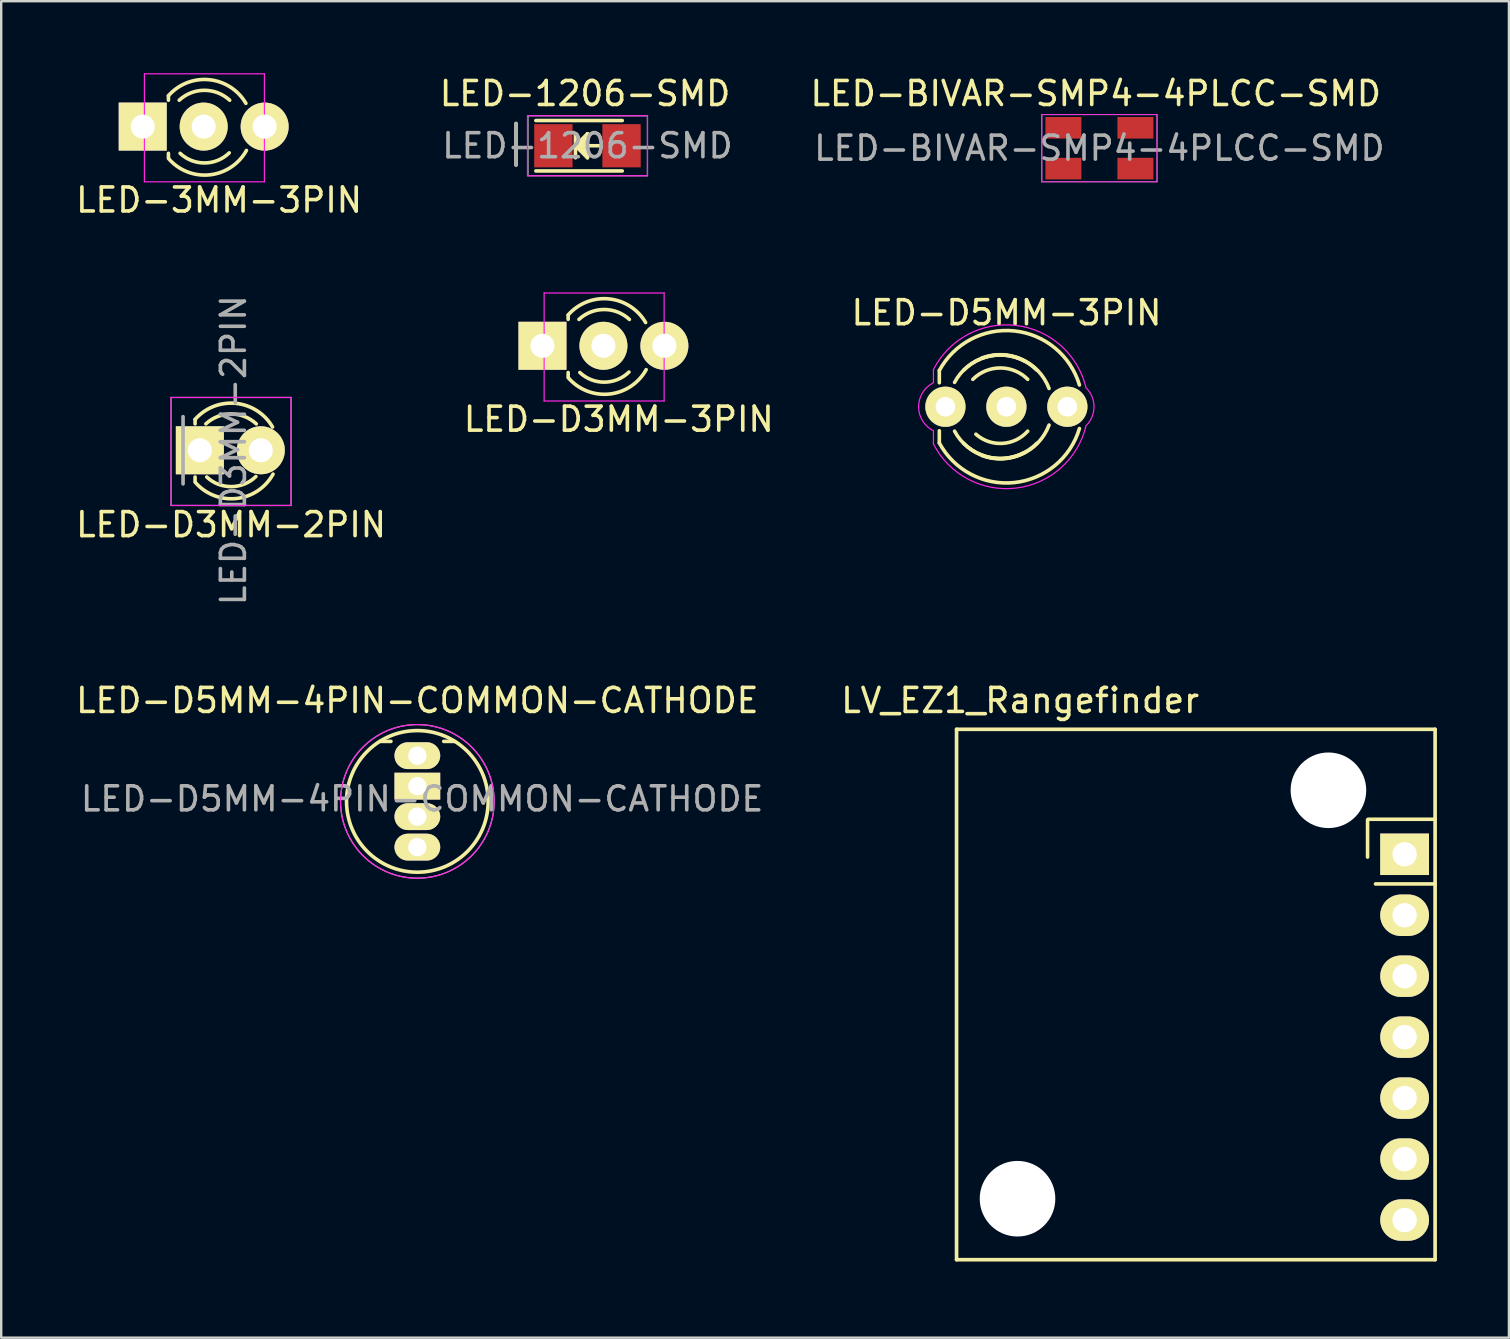
<source format=kicad_pcb>
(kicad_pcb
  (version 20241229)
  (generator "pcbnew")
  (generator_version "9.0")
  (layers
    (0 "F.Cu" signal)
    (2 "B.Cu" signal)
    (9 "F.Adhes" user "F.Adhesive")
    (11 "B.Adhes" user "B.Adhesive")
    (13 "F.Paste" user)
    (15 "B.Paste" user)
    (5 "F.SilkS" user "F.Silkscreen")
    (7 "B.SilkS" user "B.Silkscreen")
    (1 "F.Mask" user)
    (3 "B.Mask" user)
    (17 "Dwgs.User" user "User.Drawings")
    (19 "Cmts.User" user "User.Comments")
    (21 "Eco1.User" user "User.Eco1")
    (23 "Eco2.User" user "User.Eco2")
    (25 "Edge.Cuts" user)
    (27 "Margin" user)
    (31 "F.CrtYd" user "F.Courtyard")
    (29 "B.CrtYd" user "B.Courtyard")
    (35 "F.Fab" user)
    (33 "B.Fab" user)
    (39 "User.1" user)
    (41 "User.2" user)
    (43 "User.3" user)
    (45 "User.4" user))
  (footprint "LED-D3MM-3PIN"
    (layer "F.Cu")
    (at 20.822 11.358)
    (property "Reference" "LED-D3MM-3PIN" (at 1.91 3.06 0) (layer "F.SilkS") (effects (font (size 1 1) (thickness 0.15))))
    (attr through_hole)
    (fp_line (start -0.199 -1.28) (end -0.199 -1.1) (stroke (width 0.15) (type solid)) (layer "F.SilkS"))
    (fp_line (start -0.199 1.314) (end -0.199 1.114) (stroke (width 0.15) (type solid)) (layer "F.SilkS"))
    (fp_arc (start -0.199 -1.286) (mid 1.495903 -1.954571) (end 3.028744 -0.969643) (stroke (width 0.15) (type solid)) (layer "F.SilkS"))
    (fp_arc (start 0.25 -1.1) (mid 1.301686 -1.512142) (end 2.353005 -1.099067) (stroke (width 0.15) (type solid)) (layer "F.SilkS"))
    (fp_arc (start 2.335 1.094) (mid 1.31492 1.51473) (end 0.287111 1.113252) (stroke (width 0.15) (type solid)) (layer "F.SilkS"))
    (fp_arc (start 3.051 0.994) (mid 1.522637 2.009958) (end -0.18622 1.340726) (stroke (width 0.15) (type solid)) (layer "F.SilkS"))
    (fp_line (start -1.2 -2.2) (end -1.2 2.3) (stroke (width 0.05) (type solid)) (layer "F.CrtYd"))
    (fp_line (start -1.2 2.3) (end 3.8 2.3) (stroke (width 0.05) (type solid)) (layer "F.CrtYd"))
    (fp_line (start 3.8 -2.2) (end -1.2 -2.2) (stroke (width 0.05) (type solid)) (layer "F.CrtYd"))
    (fp_line (start 3.8 2.3) (end 3.8 -2.2) (stroke (width 0.05) (type solid)) (layer "F.CrtYd"))
    (pad "1" thru_hole rect (at -1.27 0 90) (size 2 2) (drill 1.001) (layers "*.Cu" "*.Mask" "F.SilkS"))
    (pad "2" thru_hole circle (at 1.27 0) (size 2 2) (drill 1.001) (layers "*.Cu" "*.Mask" "F.SilkS"))
    (pad "3" thru_hole circle (at 3.81 0) (size 2 2) (drill 1.001) (layers "*.Cu" "*.Mask" "F.SilkS")))
  (footprint "LED-D3MM-2PIN"
    (layer "F.Cu")
    (at 5.277 15.711)
    (property "Reference" "LED-D3MM-2PIN" (at 1.4 0 90) (layer "F.Fab") (effects (font (size 1 1) (thickness 0.15))))
    (attr through_hole)
    (fp_line (start -0.199 -1.28) (end -0.199 -1.1) (stroke (width 0.15) (type solid)) (layer "F.SilkS"))
    (fp_line (start -0.199 1.314) (end -0.199 1.114) (stroke (width 0.15) (type solid)) (layer "F.SilkS"))
    (fp_arc (start -0.199 -1.286) (mid 1.495903 -1.954571) (end 3.028744 -0.969643) (stroke (width 0.15) (type solid)) (layer "F.SilkS"))
    (fp_arc (start 0.25 -1.1) (mid 1.301686 -1.512142) (end 2.353005 -1.099067) (stroke (width 0.15) (type solid)) (layer "F.SilkS"))
    (fp_arc (start 2.335 1.094) (mid 1.31492 1.51473) (end 0.287111 1.113252) (stroke (width 0.15) (type solid)) (layer "F.SilkS"))
    (fp_arc (start 3.051 0.994) (mid 1.522637 2.009958) (end -0.18622 1.340726) (stroke (width 0.15) (type solid)) (layer "F.SilkS"))
    (fp_line (start -1.2 -2.2) (end -1.2 2.3) (stroke (width 0.05) (type solid)) (layer "F.CrtYd"))
    (fp_line (start -1.2 2.3) (end 3.8 2.3) (stroke (width 0.05) (type solid)) (layer "F.CrtYd"))
    (fp_line (start 3.8 -2.2) (end -1.2 -2.2) (stroke (width 0.05) (type solid)) (layer "F.CrtYd"))
    (fp_line (start 3.8 2.3) (end 3.8 -2.2) (stroke (width 0.05) (type solid)) (layer "F.CrtYd"))
    (fp_line (start -1.2 -2.2) (end -1.2 2.3) (stroke (width 0.051) (type solid)) (layer "F.Fab"))
    (fp_line (start -1.2 2.3) (end 3.8 2.3) (stroke (width 0.051) (type solid)) (layer "F.Fab"))
    (fp_line (start -0.7 -1.4) (end -0.7 1.4) (stroke (width 0.152) (type solid)) (layer "F.Fab"))
    (fp_line (start 3.8 -2.2) (end -1.2 -2.2) (stroke (width 0.051) (type solid)) (layer "F.Fab"))
    (fp_line (start 3.8 2.3) (end 3.8 -2.2) (stroke (width 0.051) (type solid)) (layer "F.Fab"))
    (fp_text user "${REFERENCE}" (at 1.3 3.1 0) (layer "F.SilkS") (effects (font (size 1 1) (thickness 0.15))))
    (pad "1" thru_hole rect (at 0 0 90) (size 2 2) (drill 1.001) (layers "*.Cu" "*.Mask" "F.SilkS"))
    (pad "2" thru_hole circle (at 2.54 0) (size 2 2) (drill 1.001) (layers "*.Cu" "*.Mask" "F.SilkS")))
  (footprint "LV_EZ1_Rangefinder"
    (layer "F.Cu")
    (at 36.806 49.436)
    (property "Reference" "LV_EZ1_Rangefinder" (at 2.65 -23.3 0) (layer "F.SilkS") (effects (font (size 1 1) (thickness 0.15))))
    (attr through_hole)
    (fp_line (start 0 -22.098) (end 19.939 -22.098) (stroke (width 0.152) (type solid)) (layer "F.SilkS"))
    (fp_line (start 0 0) (end 0 -22.098) (stroke (width 0.152) (type solid)) (layer "F.SilkS"))
    (fp_line (start 0 0) (end 19.939 0) (stroke (width 0.152) (type solid)) (layer "F.SilkS"))
    (fp_line (start 17.125 -16.775) (end 17.125 -18.325) (stroke (width 0.15) (type solid)) (layer "F.SilkS"))
    (fp_line (start 17.15 -18.35) (end 19.939 -18.35) (stroke (width 0.15) (type solid)) (layer "F.SilkS"))
    (fp_line (start 19.939 -15.655) (end 17.455 -15.655) (stroke (width 0.15) (type solid)) (layer "F.SilkS"))
    (fp_line (start 19.939 0) (end 19.939 -22.098) (stroke (width 0.152) (type solid)) (layer "F.SilkS"))
    (pad "" np_thru_hole circle (at 2.54 -2.54) (size 3.15 3.15) (drill 3.15) (layers "F.Cu"))
    (pad "" np_thru_hole circle (at 15.494 -19.558) (size 3.15 3.15) (drill 3.15) (layers "F.Cu"))
    (pad "1" thru_hole rect (at 18.669 -16.891) (size 2.032 1.727) (drill 1.016) (layers "*.Cu" "*.Mask" "F.SilkS"))
    (pad "2" thru_hole oval (at 18.669 -14.351) (size 2.032 1.727) (drill 1.016) (layers "*.Cu" "*.Mask" "F.SilkS"))
    (pad "3" thru_hole oval (at 18.669 -11.811) (size 2.032 1.727) (drill 1.016) (layers "*.Cu" "*.Mask" "F.SilkS"))
    (pad "4" thru_hole oval (at 18.669 -9.271) (size 2.032 1.727) (drill 1.016) (layers "*.Cu" "*.Mask" "F.SilkS"))
    (pad "5" thru_hole oval (at 18.669 -6.731) (size 2.032 1.727) (drill 1.016) (layers "*.Cu" "*.Mask" "F.SilkS"))
    (pad "6" thru_hole oval (at 18.669 -4.191) (size 2.032 1.727) (drill 1.016) (layers "*.Cu" "*.Mask" "F.SilkS"))
    (pad "7" thru_hole oval (at 18.669 -1.651) (size 2.032 1.727) (drill 1.016) (layers "*.Cu" "*.Mask" "F.SilkS")))
  (footprint "LED-1206-SMD"
    (layer "F.Cu")
    (at 21.427 3.023)
    (property "Reference" "LED-1206-SMD" (at 0 0 0) (layer "F.Fab") (effects (font (size 1 1) (thickness 0.15))))
    (attr smd)
    (fp_line (start -2.975 -0.925) (end -2.975 0.8) (stroke (width 0.152) (type solid)) (layer "F.SilkS"))
    (fp_line (start -2.15 -1.05) (end 1.45 -1.05) (stroke (width 0.15) (type solid)) (layer "F.SilkS"))
    (fp_line (start -2.15 1.05) (end 1.45 1.05) (stroke (width 0.15) (type solid)) (layer "F.SilkS"))
    (fp_line (start -0.5 -0.5) (end -0.5 0.5) (stroke (width 0.15) (type solid)) (layer "F.SilkS"))
    (fp_line (start -0.5 0) (end 0 -0.5) (stroke (width 0.15) (type solid)) (layer "F.SilkS"))
    (fp_line (start -0.4 0) (end -0.2 -0.2) (stroke (width 0.15) (type solid)) (layer "F.SilkS"))
    (fp_line (start -0.2 -0.2) (end -0.2 0.05) (stroke (width 0.15) (type solid)) (layer "F.SilkS"))
    (fp_line (start -0.2 0.05) (end -0.25 0) (stroke (width 0.15) (type solid)) (layer "F.SilkS"))
    (fp_line (start -0.1 -0.3) (end -0.1 0.3) (stroke (width 0.15) (type solid)) (layer "F.SilkS"))
    (fp_line (start -0.1 0.3) (end -0.4 0) (stroke (width 0.15) (type solid)) (layer "F.SilkS"))
    (fp_line (start 0 -0.5) (end 0 0.5) (stroke (width 0.15) (type solid)) (layer "F.SilkS"))
    (fp_line (start 0 0) (end 0.5 0) (stroke (width 0.15) (type solid)) (layer "F.SilkS"))
    (fp_line (start 0 0.5) (end -0.5 0) (stroke (width 0.15) (type solid)) (layer "F.SilkS"))
    (fp_line (start -2.5 -1.25) (end -2.5 1.25) (stroke (width 0.05) (type solid)) (layer "F.CrtYd"))
    (fp_line (start -2.5 1.25) (end 2.5 1.25) (stroke (width 0.05) (type solid)) (layer "F.CrtYd"))
    (fp_line (start 2.5 -1.25) (end -2.5 -1.25) (stroke (width 0.05) (type solid)) (layer "F.CrtYd"))
    (fp_line (start 2.5 1.25) (end 2.5 -1.25) (stroke (width 0.05) (type solid)) (layer "F.CrtYd"))
    (fp_line (start -2.975 -0.925) (end -2.975 0.8) (stroke (width 0.152) (type solid)) (layer "F.Fab"))
    (fp_line (start -2.475 -1.25) (end -2.475 1.25) (stroke (width 0.051) (type solid)) (layer "F.Fab"))
    (fp_line (start -2.475 1.25) (end 2.5 1.25) (stroke (width 0.051) (type solid)) (layer "F.Fab"))
    (fp_line (start 2.475 -1.25) (end -2.475 -1.25) (stroke (width 0.051) (type solid)) (layer "F.Fab"))
    (fp_line (start 2.5 1.25) (end 2.5 -1.25) (stroke (width 0.051) (type solid)) (layer "F.Fab"))
    (fp_text user "${REFERENCE}" (at -0.1 -2.175 0) (layer "F.SilkS") (effects (font (size 1 1) (thickness 0.15))))
    (pad "1" smd rect (at -1.42 0 180) (size 1.598 1.801) (layers "F.Cu" "F.Mask" "F.Paste"))
    (pad "2" smd rect (at 1.42 0 180) (size 1.598 1.801) (layers "F.Cu" "F.Mask" "F.Paste")))
  (footprint "LED-D5MM-4PIN-COMMON-CATHODE"
    (layer "F.Cu")
    (at 14.339 28.436)
    (property "Reference" "LED-D5MM-4PIN-COMMON-CATHODE" (at 0.2 1.8 0) (layer "F.Fab") (effects (font (size 1 1) (thickness 0.15))))
    (attr through_hole)
    (fp_line (start -1.1 -0.595) (end -1.55 -0.595) (stroke (width 0.15) (type solid)) (layer "F.SilkS"))
    (fp_line (start 1.1 -0.595) (end 1.55 -0.595) (stroke (width 0.15) (type solid)) (layer "F.SilkS"))
    (fp_circle (center 0 1.905) (end 2.95 1.905) (stroke (width 0.15) (type solid)) (fill no) (layer "F.SilkS"))
    (fp_circle (center 0 1.905) (end 3.2 1.905) (stroke (width 0.05) (type solid)) (fill no) (layer "F.CrtYd"))
    (fp_circle (center 0 1.905) (end 3.2 1.905) (stroke (width 0.05) (type solid)) (fill no) (layer "F.Fab"))
    (fp_text user "${REFERENCE}" (at 0 -2.3 0) (layer "F.SilkS") (effects (font (size 1 1) (thickness 0.15))))
    (pad "1" thru_hole oval (at 0 0) (size 1.905 1.118) (drill 0.762) (layers "*.Cu" "*.Mask" "F.SilkS"))
    (pad "2" thru_hole rect (at 0 1.27) (size 1.905 1.118) (drill 0.762) (layers "*.Cu" "*.Mask" "F.SilkS"))
    (pad "3" thru_hole oval (at 0 2.54) (size 1.905 1.118) (drill 0.762) (layers "*.Cu" "*.Mask" "F.SilkS"))
    (pad "4" thru_hole oval (at 0 3.81) (size 1.905 1.118) (drill 0.762) (layers "*.Cu" "*.Mask" "F.SilkS")))
  (footprint "LED-BIVAR-SMP4-4PLCC-SMD"
    (layer "F.Cu")
    (at 42.606 3.048)
    (property "Reference" "LED-BIVAR-SMP4-4PLCC-SMD" (at 0.152 0.077 180) (layer "F.Fab") (effects (font (size 1 1) (thickness 0.15))))
    (attr through_hole)
    (fp_line (start -2.248 -1.323) (end 2.552 -1.323) (stroke (width 0.041) (type solid)) (layer "F.CrtYd"))
    (fp_line (start -2.248 1.477) (end -2.248 -1.323) (stroke (width 0.041) (type solid)) (layer "F.CrtYd"))
    (fp_line (start -2.248 1.477) (end 2.552 1.477) (stroke (width 0.041) (type solid)) (layer "F.CrtYd"))
    (fp_line (start 2.552 1.477) (end 2.552 -1.323) (stroke (width 0.041) (type solid)) (layer "F.CrtYd"))
    (fp_line (start -2.248 -1.323) (end 2.552 -1.323) (stroke (width 0.041) (type solid)) (layer "F.Fab"))
    (fp_line (start -2.248 1.477) (end -2.248 -1.323) (stroke (width 0.041) (type solid)) (layer "F.Fab"))
    (fp_line (start -2.248 1.477) (end 2.552 1.477) (stroke (width 0.041) (type solid)) (layer "F.Fab"))
    (fp_line (start 2.552 1.477) (end 2.552 -1.323) (stroke (width 0.041) (type solid)) (layer "F.Fab"))
    (fp_text user "${REFERENCE}" (at 0 -2.2 0) (layer "F.SilkS") (effects (font (size 1 1) (thickness 0.15))))
    (pad "1" smd rect (at -1.348 0.927 180) (size 1.5 0.9) (layers "F.Cu" "F.Mask" "F.Paste"))
    (pad "2" smd rect (at 1.652 0.927 180) (size 1.5 0.9) (layers "F.Cu" "F.Mask" "F.Paste"))
    (pad "3" smd rect (at -1.348 -0.773 180) (size 1.5 0.9) (layers "F.Cu" "F.Mask" "F.Paste"))
    (pad "4" smd rect (at 1.652 -0.773 180) (size 1.5 0.9) (layers "F.Cu" "F.Mask" "F.Paste")))
  (footprint "LED-3MM-3PIN"
    (layer "F.Cu")
    (at 4.167 2.225)
    (property "Reference" "LED-3MM-3PIN" (at 1.91 3.06 0) (layer "F.SilkS") (effects (font (size 1 1) (thickness 0.15))))
    (attr through_hole)
    (fp_line (start -0.199 -1.28) (end -0.199 -1.1) (stroke (width 0.15) (type solid)) (layer "F.SilkS"))
    (fp_line (start -0.199 1.314) (end -0.199 1.114) (stroke (width 0.15) (type solid)) (layer "F.SilkS"))
    (fp_arc (start -0.199 -1.286) (mid 1.495903 -1.954571) (end 3.028744 -0.969643) (stroke (width 0.15) (type solid)) (layer "F.SilkS"))
    (fp_arc (start 0.25 -1.1) (mid 1.301686 -1.512142) (end 2.353005 -1.099067) (stroke (width 0.15) (type solid)) (layer "F.SilkS"))
    (fp_arc (start 2.335 1.094) (mid 1.31492 1.51473) (end 0.287111 1.113252) (stroke (width 0.15) (type solid)) (layer "F.SilkS"))
    (fp_arc (start 3.051 0.994) (mid 1.522637 2.009958) (end -0.18622 1.340726) (stroke (width 0.15) (type solid)) (layer "F.SilkS"))
    (fp_line (start -1.2 -2.2) (end -1.2 2.3) (stroke (width 0.05) (type solid)) (layer "F.CrtYd"))
    (fp_line (start -1.2 2.3) (end 3.8 2.3) (stroke (width 0.05) (type solid)) (layer "F.CrtYd"))
    (fp_line (start 3.8 -2.2) (end -1.2 -2.2) (stroke (width 0.05) (type solid)) (layer "F.CrtYd"))
    (fp_line (start 3.8 2.3) (end 3.8 -2.2) (stroke (width 0.05) (type solid)) (layer "F.CrtYd"))
    (pad "1" thru_hole rect (at -1.27 0 90) (size 2 2) (drill 1.001) (layers "*.Cu" "*.Mask" "F.SilkS"))
    (pad "2" thru_hole circle (at 1.27 0) (size 2 2) (drill 1.001) (layers "*.Cu" "*.Mask" "F.SilkS"))
    (pad "3" thru_hole circle (at 3.81 0) (size 2 2) (drill 1.001) (layers "*.Cu" "*.Mask" "F.SilkS")))
  (footprint "LED-D5MM-3PIN"
    (layer "F.Cu")
    (at 36.342 13.898)
    (property "Reference" "LED-D5MM-3PIN" (at 2.545 -3.917 0) (layer "F.SilkS") (effects (font (size 1 1) (thickness 0.15))))
    (attr through_hole)
    (fp_line (start -0.254 -1.51) (end -0.254 -1) (stroke (width 0.15) (type solid)) (layer "F.SilkS"))
    (fp_line (start -0.254 1) (end -0.254 1.51) (stroke (width 0.15) (type solid)) (layer "F.SilkS"))
    (fp_arc (start -0.254 -1.51) (mid 2.865841 -3.159171) (end 5.583388 -0.907925) (stroke (width 0.15) (type solid)) (layer "F.SilkS"))
    (fp_arc (start 0.381 -1.016) (mid 1.657382 -2.065459) (end 3.302 -1.905) (stroke (width 0.15) (type solid)) (layer "F.SilkS"))
    (fp_arc (start 0.762 -1.524) (mid 2.286 -2.155261) (end 3.81 -1.524) (stroke (width 0.15) (type solid)) (layer "F.SilkS"))
    (fp_arc (start 1.143 -1.143) (mid 2.286 -1.616446) (end 3.429 -1.143) (stroke (width 0.15) (type solid)) (layer "F.SilkS"))
    (fp_arc (start 1.524 -2.032) (mid 3.184026 -1.975656) (end 4.318 -0.762) (stroke (width 0.15) (type solid)) (layer "F.SilkS"))
    (fp_arc (start 3.302 1.905) (mid 1.657382 2.065459) (end 0.381 1.016) (stroke (width 0.15) (type solid)) (layer "F.SilkS"))
    (fp_arc (start 3.429 1.016) (mid 2.375803 1.526644) (end 1.27 1.143) (stroke (width 0.15) (type solid)) (layer "F.SilkS"))
    (fp_arc (start 3.81 1.524) (mid 2.286 2.155261) (end 0.762 1.524) (stroke (width 0.15) (type solid)) (layer "F.SilkS"))
    (fp_arc (start 4.318 0.762) (mid 3.184026 1.975656) (end 1.524 2.032) (stroke (width 0.15) (type solid)) (layer "F.SilkS"))
    (fp_arc (start 5.583388 0.907925) (mid 2.865841 3.159172) (end -0.254 1.51) (stroke (width 0.15) (type solid)) (layer "F.SilkS"))
    (fp_line (start -0.5 -1) (end -0.5 -1.55) (stroke (width 0.05) (type solid)) (layer "F.CrtYd"))
    (fp_line (start -0.5 1) (end -0.5 1.55) (stroke (width 0.05) (type solid)) (layer "F.CrtYd"))
    (fp_arc (start -0.5 -1.55) (mid 2.927211 -3.390305) (end 5.851209 -0.82462) (stroke (width 0.05) (type solid)) (layer "F.CrtYd"))
    (fp_arc (start -0.5 1) (mid -1.117885 0.018243) (end -0.532364 -0.983152) (stroke (width 0.05) (type solid)) (layer "F.CrtYd"))
    (fp_arc (start 5.85 -0.8) (mid 6.190158 -0.021213) (end 5.88 0.77) (stroke (width 0.05) (type solid)) (layer "F.CrtYd"))
    (fp_arc (start 5.862399 0.778308) (mid 2.95087 3.387519) (end -0.5 1.55) (stroke (width 0.05) (type solid)) (layer "F.CrtYd"))
    (pad "1" thru_hole circle (at 0 0 180) (size 1.676 1.676) (drill 0.813) (layers "*.Cu" "*.Mask" "F.SilkS"))
    (pad "2" thru_hole circle (at 2.54 0 180) (size 1.676 1.676) (drill 0.813) (layers "*.Cu" "*.Mask" "F.SilkS"))
    (pad "3" thru_hole circle (at 5.08 0 180) (size 1.676 1.676) (drill 0.813) (layers "*.Cu" "*.Mask" "F.SilkS")))
  (gr_rect
    (start -3 -3)
    (end 59.821 52.686)
    (stroke (width 0.1) (type default))
    (fill no)
    (layer "Edge.Cuts")))
</source>
